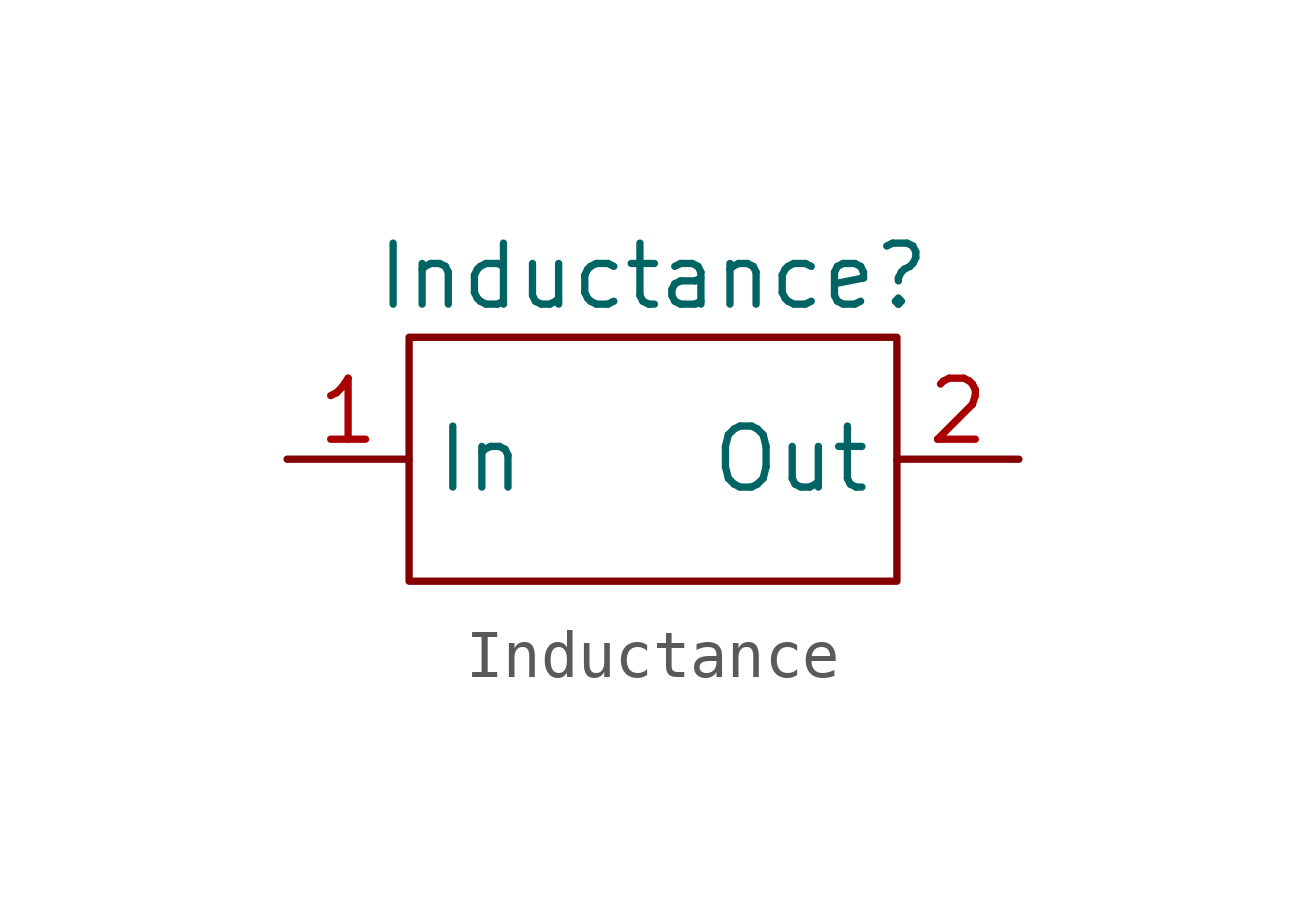
<source format=kicad_sym>
(kicad_symbol_lib
  (version 20220914)
  (generator kicad_symbol_editor)
  (symbol "Inductance"
    (property "Reference" "Inductance"
      (at 0 3.81 0)
      (effects (font (size 1.27 1.27))))
    (property "Value" ""
      (at -2.54 0 0)
      (effects (font (size 1.27 1.27))))
    (symbol "Inductance_0_1"
      (rectangle (start -5.08 2.54) (end 5.08 -2.54) (stroke (width 0) (type default)) (fill (type none))))
    (symbol "Inductance_1_1"
      (pin input line (at -7.62 0 0) (length 2.54) (name "In" (effects (font (size 1.27 1.27)))) (number "1" (effects (font (size 1.27 1.27)))))
      (pin output line (at 7.62 0 180) (length 2.54) (name "Out" (effects (font (size 1.27 1.27)))) (number "2" (effects (font (size 1.27 1.27))))))))
</source>
